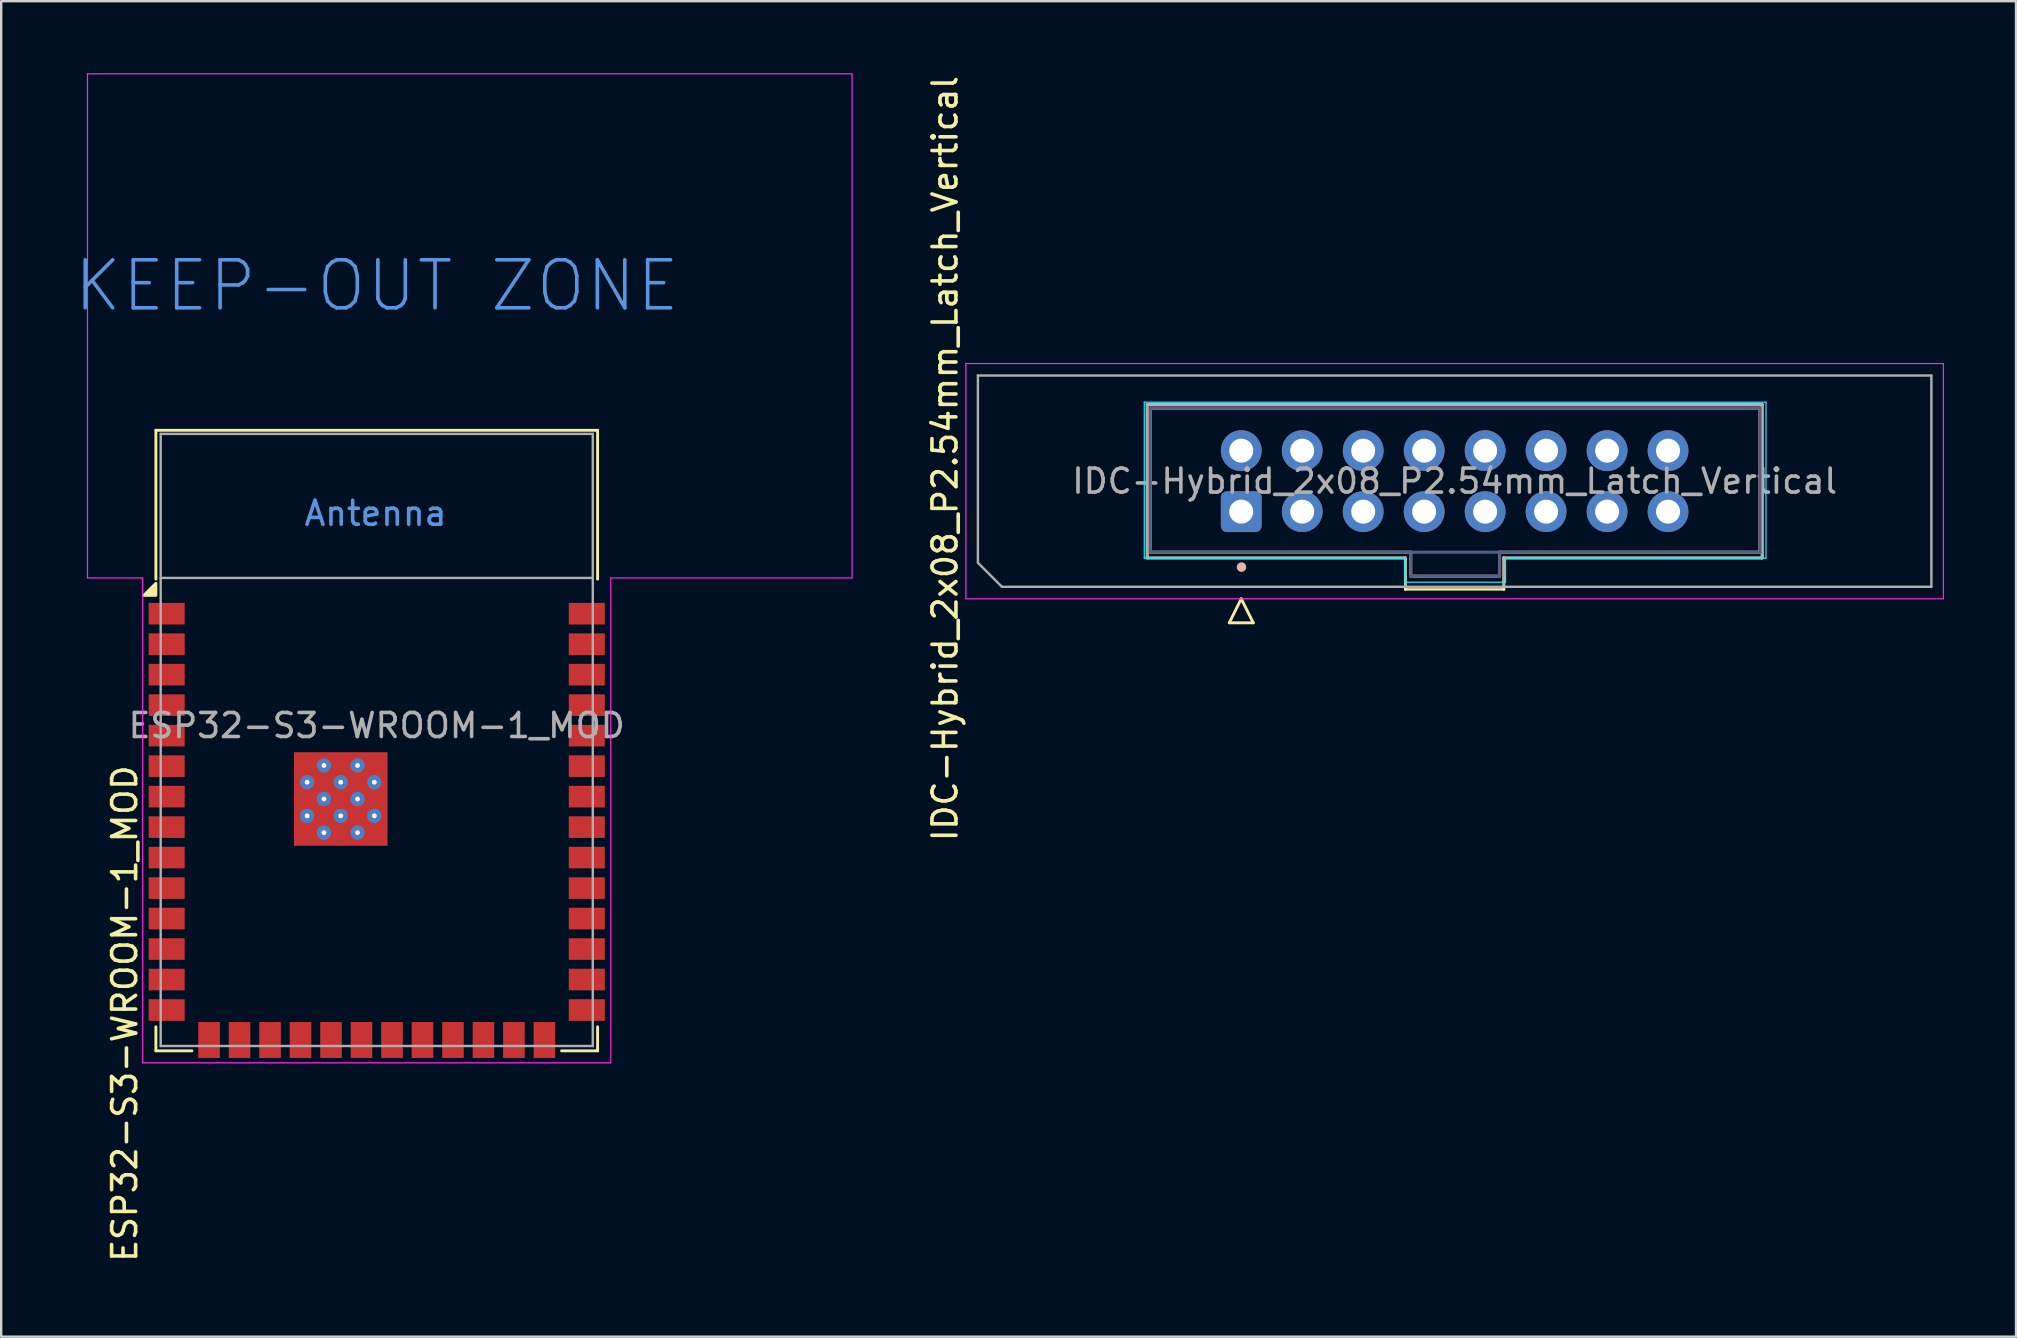
<source format=kicad_pcb>
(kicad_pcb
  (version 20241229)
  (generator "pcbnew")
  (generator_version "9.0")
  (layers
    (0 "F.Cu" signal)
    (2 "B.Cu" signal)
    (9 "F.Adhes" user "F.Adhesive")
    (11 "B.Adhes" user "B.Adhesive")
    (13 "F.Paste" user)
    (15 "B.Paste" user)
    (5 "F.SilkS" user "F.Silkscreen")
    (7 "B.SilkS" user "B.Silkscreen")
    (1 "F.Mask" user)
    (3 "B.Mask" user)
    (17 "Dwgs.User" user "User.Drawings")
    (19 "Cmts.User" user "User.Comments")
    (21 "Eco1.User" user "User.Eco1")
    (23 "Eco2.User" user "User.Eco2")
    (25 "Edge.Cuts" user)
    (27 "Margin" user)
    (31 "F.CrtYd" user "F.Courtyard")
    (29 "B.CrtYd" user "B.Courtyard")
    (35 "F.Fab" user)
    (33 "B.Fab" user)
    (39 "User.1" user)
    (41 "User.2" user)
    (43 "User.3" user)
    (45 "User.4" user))
  (footprint "IDC-Hybrid_2x08_P2.54mm_Latch_Vertical"
    (layer "F.Cu")
    (at 48.637 18.174)
    (property "Reference" "IDC-Hybrid_2x08_P2.54mm_Latch_Vertical" (at -12.32 -2.12 90) (layer "F.SilkS") (effects (font (size 1 1) (thickness 0.15))))
    (attr through_hole)
    (fp_line (start -3.9 -4.38) (end 21.72 -4.38) (stroke (width 0.12) (type solid)) (layer "F.SilkS"))
    (fp_line (start -3.9 2.02) (end -3.9 -4.38) (stroke (width 0.12) (type solid)) (layer "F.SilkS"))
    (fp_line (start -0.48 4.72) (end 0.52 4.72) (stroke (width 0.12) (type solid)) (layer "F.SilkS"))
    (fp_line (start 0.02 3.72) (end -0.48 4.72) (stroke (width 0.12) (type solid)) (layer "F.SilkS"))
    (fp_line (start 0.52 4.72) (end 0.02 3.72) (stroke (width 0.12) (type solid)) (layer "F.SilkS"))
    (fp_line (start 6.86 2.02) (end -3.9 2.02) (stroke (width 0.12) (type solid)) (layer "F.SilkS"))
    (fp_line (start 6.86 3.33) (end 6.86 2.02) (stroke (width 0.12) (type solid)) (layer "F.SilkS"))
    (fp_line (start 6.86 3.33) (end 10.96 3.33) (stroke (width 0.1) (type default)) (layer "F.SilkS"))
    (fp_line (start 10.96 2.02) (end 10.96 2.02) (stroke (width 0.12) (type solid)) (layer "F.SilkS"))
    (fp_line (start 10.96 2.02) (end 10.96 3.33) (stroke (width 0.12) (type solid)) (layer "F.SilkS"))
    (fp_line (start 21.72 -4.38) (end 21.72 2.02) (stroke (width 0.12) (type solid)) (layer "F.SilkS"))
    (fp_line (start 21.72 2.02) (end 10.96 2.02) (stroke (width 0.12) (type solid)) (layer "F.SilkS"))
    (fp_line (start -3.77 -4.22) (end 21.63 -4.22) (stroke (width 0.127) (type solid)) (layer "B.SilkS"))
    (fp_line (start -3.77 1.78) (end -3.77 -4.22) (stroke (width 0.127) (type solid)) (layer "B.SilkS"))
    (fp_line (start 7.08 1.78) (end -3.77 1.78) (stroke (width 0.127) (type solid)) (layer "B.SilkS"))
    (fp_line (start 7.08 1.78) (end 7.08 2.78) (stroke (width 0.127) (type solid)) (layer "B.SilkS"))
    (fp_line (start 7.08 2.78) (end 10.78 2.78) (stroke (width 0.127) (type solid)) (layer "B.SilkS"))
    (fp_line (start 10.78 2.78) (end 10.78 1.78) (stroke (width 0.127) (type solid)) (layer "B.SilkS"))
    (fp_line (start 21.63 -4.22) (end 21.63 1.78) (stroke (width 0.127) (type solid)) (layer "B.SilkS"))
    (fp_line (start 21.63 1.78) (end 10.78 1.78) (stroke (width 0.127) (type solid)) (layer "B.SilkS"))
    (fp_circle (center 0.03 2.4) (end 0.13 2.4) (stroke (width 0.2) (type solid)) (fill no) (layer "B.SilkS"))
    (fp_line (start -4.02 -4.47) (end 21.88 -4.47) (stroke (width 0.05) (type solid)) (layer "B.CrtYd"))
    (fp_line (start -4.02 2.03) (end -4.02 -4.47) (stroke (width 0.05) (type solid)) (layer "B.CrtYd"))
    (fp_line (start 6.83 2.03) (end -4.02 2.03) (stroke (width 0.05) (type solid)) (layer "B.CrtYd"))
    (fp_line (start 6.83 3.03) (end 6.83 2.03) (stroke (width 0.05) (type solid)) (layer "B.CrtYd"))
    (fp_line (start 11.03 2.03) (end 11.03 3.03) (stroke (width 0.05) (type solid)) (layer "B.CrtYd"))
    (fp_line (start 11.03 3.03) (end 6.83 3.03) (stroke (width 0.05) (type solid)) (layer "B.CrtYd"))
    (fp_line (start 21.88 -4.47) (end 21.88 2.03) (stroke (width 0.05) (type solid)) (layer "B.CrtYd"))
    (fp_line (start 21.88 2.03) (end 11.03 2.03) (stroke (width 0.05) (type solid)) (layer "B.CrtYd"))
    (fp_line (start -11.45 -6.08) (end -11.45 3.72) (stroke (width 0.05) (type solid)) (layer "F.CrtYd"))
    (fp_line (start -11.45 3.72) (end 29.27 3.72) (stroke (width 0.05) (type solid)) (layer "F.CrtYd"))
    (fp_line (start 29.27 -6.08) (end -11.45 -6.08) (stroke (width 0.05) (type solid)) (layer "F.CrtYd"))
    (fp_line (start 29.27 3.72) (end 29.27 -6.08) (stroke (width 0.05) (type solid)) (layer "F.CrtYd"))
    (fp_line (start -3.77 -4.22) (end 21.63 -4.22) (stroke (width 0.127) (type solid)) (layer "B.Fab"))
    (fp_line (start -3.77 1.78) (end -3.77 -4.22) (stroke (width 0.127) (type solid)) (layer "B.Fab"))
    (fp_line (start 7.08 1.78) (end -3.77 1.78) (stroke (width 0.127) (type solid)) (layer "B.Fab"))
    (fp_line (start 7.08 1.78) (end 7.08 2.78) (stroke (width 0.127) (type solid)) (layer "B.Fab"))
    (fp_line (start 7.08 2.78) (end 10.78 2.78) (stroke (width 0.127) (type solid)) (layer "B.Fab"))
    (fp_line (start 10.78 1.78) (end 7.08 1.78) (stroke (width 0.127) (type solid)) (layer "B.Fab"))
    (fp_line (start 10.78 2.78) (end 10.78 1.78) (stroke (width 0.127) (type solid)) (layer "B.Fab"))
    (fp_line (start 21.63 -4.22) (end 21.63 1.78) (stroke (width 0.127) (type solid)) (layer "B.Fab"))
    (fp_line (start 21.63 1.78) (end 10.78 1.78) (stroke (width 0.127) (type solid)) (layer "B.Fab"))
    (fp_line (start -10.95 -5.58) (end 28.77 -5.58) (stroke (width 0.1) (type solid)) (layer "F.Fab"))
    (fp_line (start -10.95 2.22) (end -10.95 -5.58) (stroke (width 0.1) (type solid)) (layer "F.Fab"))
    (fp_line (start -9.95 3.22) (end -10.95 2.22) (stroke (width 0.1) (type solid)) (layer "F.Fab"))
    (fp_line (start -3.9 -4.38) (end 21.72 -4.38) (stroke (width 0.1) (type solid)) (layer "F.Fab"))
    (fp_line (start -3.9 2.02) (end -3.9 -4.38) (stroke (width 0.1) (type solid)) (layer "F.Fab"))
    (fp_line (start 6.86 2.02) (end -3.9 2.02) (stroke (width 0.1) (type solid)) (layer "F.Fab"))
    (fp_line (start 6.86 3.22) (end 6.86 2.02) (stroke (width 0.1) (type solid)) (layer "F.Fab"))
    (fp_line (start 10.96 2.02) (end 10.96 2.02) (stroke (width 0.1) (type solid)) (layer "F.Fab"))
    (fp_line (start 10.96 2.02) (end 10.96 3.22) (stroke (width 0.1) (type solid)) (layer "F.Fab"))
    (fp_line (start 21.72 -4.38) (end 21.72 2.02) (stroke (width 0.1) (type solid)) (layer "F.Fab"))
    (fp_line (start 21.72 2.02) (end 10.96 2.02) (stroke (width 0.1) (type solid)) (layer "F.Fab"))
    (fp_line (start 28.77 -5.58) (end 28.77 3.22) (stroke (width 0.1) (type solid)) (layer "F.Fab"))
    (fp_line (start 28.77 3.22) (end -9.95 3.22) (stroke (width 0.1) (type solid)) (layer "F.Fab"))
    (fp_text user "${REFERENCE}" (at 8.91 -1.18 180) (layer "F.Fab") (effects (font (size 1 1) (thickness 0.15))))
    (pad "1" thru_hole roundrect (at 0.02 0.09 90) (size 1.7 1.7) (drill 1) (layers "*.Cu" "*.Mask") (roundrect_rratio 0.147))
    (pad "2" thru_hole circle (at 0.02 -2.45 90) (size 1.7 1.7) (drill 1) (layers "*.Cu" "*.Mask"))
    (pad "3" thru_hole circle (at 2.56 0.09 90) (size 1.7 1.7) (drill 1) (layers "*.Cu" "*.Mask"))
    (pad "4" thru_hole circle (at 2.56 -2.45 90) (size 1.7 1.7) (drill 1) (layers "*.Cu" "*.Mask"))
    (pad "5" thru_hole circle (at 5.1 0.09 90) (size 1.7 1.7) (drill 1) (layers "*.Cu" "*.Mask"))
    (pad "6" thru_hole circle (at 5.1 -2.45 90) (size 1.7 1.7) (drill 1) (layers "*.Cu" "*.Mask"))
    (pad "7" thru_hole circle (at 7.64 0.09 90) (size 1.7 1.7) (drill 1) (layers "*.Cu" "*.Mask"))
    (pad "8" thru_hole circle (at 7.64 -2.45 90) (size 1.7 1.7) (drill 1) (layers "*.Cu" "*.Mask"))
    (pad "9" thru_hole circle (at 10.18 0.09 90) (size 1.7 1.7) (drill 1) (layers "*.Cu" "*.Mask"))
    (pad "10" thru_hole circle (at 10.18 -2.45 90) (size 1.7 1.7) (drill 1) (layers "*.Cu" "*.Mask"))
    (pad "11" thru_hole circle (at 12.72 0.09 90) (size 1.7 1.7) (drill 1) (layers "*.Cu" "*.Mask"))
    (pad "12" thru_hole circle (at 12.72 -2.45 90) (size 1.7 1.7) (drill 1) (layers "*.Cu" "*.Mask"))
    (pad "13" thru_hole circle (at 15.26 0.09 90) (size 1.7 1.7) (drill 1) (layers "*.Cu" "*.Mask"))
    (pad "14" thru_hole circle (at 15.26 -2.45 90) (size 1.7 1.7) (drill 1) (layers "*.Cu" "*.Mask"))
    (pad "15" thru_hole circle (at 17.8 0.09 90) (size 1.7 1.7) (drill 1) (layers "*.Cu" "*.Mask"))
    (pad "16" thru_hole circle (at 17.8 -2.45 90) (size 1.7 1.7) (drill 1) (layers "*.Cu" "*.Mask")))
  (footprint "ESP32-S3-WROOM-1_MOD"
    (layer "F.Cu")
    (at 12.644 27.775)
    (property "Reference" "ESP32-S3-WROOM-1_MOD" (at -10.5 11.4 90) (unlocked yes) (layer "F.SilkS") (effects (font (size 1 1) (thickness 0.15))))
    (attr smd)
    (fp_line (start -9.2 -12.9) (end -9.2 -6.7) (stroke (width 0.12) (type solid)) (layer "F.SilkS"))
    (fp_line (start -9.2 -12.9) (end 9.2 -12.9) (stroke (width 0.12) (type solid)) (layer "F.SilkS"))
    (fp_line (start -9.2 11.95) (end -9.2 12.95) (stroke (width 0.12) (type solid)) (layer "F.SilkS"))
    (fp_line (start -9.2 12.95) (end -7.7 12.95) (stroke (width 0.12) (type solid)) (layer "F.SilkS"))
    (fp_line (start 9.2 -12.9) (end 9.2 -6.7) (stroke (width 0.12) (type solid)) (layer "F.SilkS"))
    (fp_line (start 9.2 12.95) (end 7.7 12.95) (stroke (width 0.12) (type solid)) (layer "F.SilkS"))
    (fp_line (start 9.2 12.95) (end 9.2 11.95) (stroke (width 0.12) (type solid)) (layer "F.SilkS"))
    (fp_poly (pts (xy -9.2 -6.025) (xy -9.7 -6.025) (xy -9.2 -6.525) (xy -9.2 -6.025)) (stroke (width 0.12) (type solid)) (fill yes) (layer "F.SilkS"))
    (fp_line (start -12.05 -27.75) (end -12.05 -6.75) (stroke (width 0.05) (type solid)) (layer "F.CrtYd"))
    (fp_line (start -12.05 -6.75) (end -9.75 -6.75) (stroke (width 0.05) (type solid)) (layer "F.CrtYd"))
    (fp_line (start -9.75 13.45) (end -9.75 -6.75) (stroke (width 0.05) (type solid)) (layer "F.CrtYd"))
    (fp_line (start -9.75 13.45) (end 9.75 13.45) (stroke (width 0.05) (type solid)) (layer "F.CrtYd"))
    (fp_line (start 9.75 -6.75) (end 9.75 13.45) (stroke (width 0.05) (type solid)) (layer "F.CrtYd"))
    (fp_line (start 9.75 -6.75) (end 19.8 -6.75) (stroke (width 0.05) (type solid)) (layer "F.CrtYd"))
    (fp_line (start 19.8 -27.75) (end -12.05 -27.75) (stroke (width 0.05) (type solid)) (layer "F.CrtYd"))
    (fp_line (start 19.8 -6.75) (end 19.8 -27.75) (stroke (width 0.05) (type solid)) (layer "F.CrtYd"))
    (fp_line (start -9 -12.75) (end 9 -12.75) (stroke (width 0.1) (type solid)) (layer "F.Fab"))
    (fp_line (start -9 -6.75) (end 9 -6.75) (stroke (width 0.1) (type solid)) (layer "F.Fab"))
    (fp_line (start -9 12.75) (end -9 -12.75) (stroke (width 0.1) (type solid)) (layer "F.Fab"))
    (fp_line (start -9 12.75) (end 9 12.75) (stroke (width 0.1) (type solid)) (layer "F.Fab"))
    (fp_line (start 9 12.75) (end 9 -12.75) (stroke (width 0.1) (type solid)) (layer "F.Fab"))
    (fp_text user "KEEP-OUT ZONE" (at 0 -18.92 0) (layer "Cmts.User") (effects (font (size 2 2) (thickness 0.15))))
    (fp_text user "Antenna" (at -0.05 -9.44 0) (layer "Cmts.User") (effects (font (size 1 1) (thickness 0.15))))
    (fp_text user "${REFERENCE}" (at 0 -0.6 0) (unlocked yes) (layer "F.Fab") (effects (font (size 1 1) (thickness 0.15))))
    (pad "" smd rect (at -2.9 1.06) (size 0.9 0.9) (layers "F.Paste"))
    (pad "" smd rect (at -2.9 2.46 270) (size 0.9 0.9) (layers "F.Paste"))
    (pad "" smd rect (at -2.9 3.86) (size 0.9 0.9) (layers "F.Paste"))
    (pad "" smd rect (at -1.5 1.06 270) (size 0.9 0.9) (layers "F.Paste"))
    (pad "" smd rect (at -1.5 2.46 270) (size 0.9 0.9) (layers "F.Paste"))
    (pad "" smd rect (at -1.5 3.86 270) (size 0.9 0.9) (layers "F.Paste"))
    (pad "" smd rect (at -0.1 1.06 270) (size 0.9 0.9) (layers "F.Paste"))
    (pad "" smd rect (at -0.1 2.46 270) (size 0.9 0.9) (layers "F.Paste"))
    (pad "" smd rect (at -0.1 3.86 270) (size 0.9 0.9) (layers "F.Paste"))
    (pad "1" smd rect (at -8.75 -5.26) (size 1.5 0.9) (layers "F.Cu" "F.Mask" "F.Paste"))
    (pad "2" smd rect (at -8.75 -3.99) (size 1.5 0.9) (layers "F.Cu" "F.Mask" "F.Paste"))
    (pad "3" smd rect (at -8.75 -2.72) (size 1.5 0.9) (layers "F.Cu" "F.Mask" "F.Paste"))
    (pad "4" smd rect (at -8.75 -1.45) (size 1.5 0.9) (layers "F.Cu" "F.Mask" "F.Paste"))
    (pad "5" smd rect (at -8.75 -0.18) (size 1.5 0.9) (layers "F.Cu" "F.Mask" "F.Paste"))
    (pad "6" smd rect (at -8.75 1.09) (size 1.5 0.9) (layers "F.Cu" "F.Mask" "F.Paste"))
    (pad "7" smd rect (at -8.75 2.36) (size 1.5 0.9) (layers "F.Cu" "F.Mask" "F.Paste"))
    (pad "8" smd rect (at -8.75 3.63) (size 1.5 0.9) (layers "F.Cu" "F.Mask" "F.Paste"))
    (pad "9" smd rect (at -8.75 4.9) (size 1.5 0.9) (layers "F.Cu" "F.Mask" "F.Paste"))
    (pad "10" smd rect (at -8.75 6.17) (size 1.5 0.9) (layers "F.Cu" "F.Mask" "F.Paste"))
    (pad "11" smd rect (at -8.75 7.44) (size 1.5 0.9) (layers "F.Cu" "F.Mask" "F.Paste"))
    (pad "12" smd rect (at -8.75 8.71) (size 1.5 0.9) (layers "F.Cu" "F.Mask" "F.Paste"))
    (pad "13" smd rect (at -8.75 9.98) (size 1.5 0.9) (layers "F.Cu" "F.Mask" "F.Paste"))
    (pad "14" smd rect (at -8.75 11.25 180) (size 1.5 0.9) (layers "F.Cu" "F.Mask" "F.Paste"))
    (pad "15" smd rect (at -6.985 12.5 270) (size 1.5 0.9) (layers "F.Cu" "F.Mask" "F.Paste"))
    (pad "16" smd rect (at -5.715 12.5 270) (size 1.5 0.9) (layers "F.Cu" "F.Mask" "F.Paste"))
    (pad "17" smd rect (at -4.445 12.5 270) (size 1.5 0.9) (layers "F.Cu" "F.Mask" "F.Paste"))
    (pad "18" smd rect (at -3.175 12.5 270) (size 1.5 0.9) (layers "F.Cu" "F.Mask" "F.Paste"))
    (pad "19" smd rect (at -1.905 12.5 270) (size 1.5 0.9) (layers "F.Cu" "F.Mask" "F.Paste"))
    (pad "20" smd rect (at -0.635 12.5 270) (size 1.5 0.9) (layers "F.Cu" "F.Mask" "F.Paste"))
    (pad "21" smd rect (at 0.635 12.5 270) (size 1.5 0.9) (layers "F.Cu" "F.Mask" "F.Paste"))
    (pad "22" smd rect (at 1.905 12.5 270) (size 1.5 0.9) (layers "F.Cu" "F.Mask" "F.Paste"))
    (pad "23" smd rect (at 3.175 12.5 270) (size 1.5 0.9) (layers "F.Cu" "F.Mask" "F.Paste"))
    (pad "24" smd rect (at 4.445 12.5 270) (size 1.5 0.9) (layers "F.Cu" "F.Mask" "F.Paste"))
    (pad "25" smd rect (at 5.715 12.5 270) (size 1.5 0.9) (layers "F.Cu" "F.Mask" "F.Paste"))
    (pad "26" smd rect (at 6.985 12.5 270) (size 1.5 0.9) (layers "F.Cu" "F.Mask" "F.Paste"))
    (pad "27" smd rect (at 8.75 11.25) (size 1.5 0.9) (layers "F.Cu" "F.Mask" "F.Paste"))
    (pad "28" smd rect (at 8.75 9.98) (size 1.5 0.9) (layers "F.Cu" "F.Mask" "F.Paste"))
    (pad "29" smd rect (at 8.75 8.71) (size 1.5 0.9) (layers "F.Cu" "F.Mask" "F.Paste"))
    (pad "30" smd rect (at 8.75 7.44) (size 1.5 0.9) (layers "F.Cu" "F.Mask" "F.Paste"))
    (pad "31" smd rect (at 8.75 6.17) (size 1.5 0.9) (layers "F.Cu" "F.Mask" "F.Paste"))
    (pad "32" smd rect (at 8.75 4.9) (size 1.5 0.9) (layers "F.Cu" "F.Mask" "F.Paste"))
    (pad "33" smd rect (at 8.75 3.63) (size 1.5 0.9) (layers "F.Cu" "F.Mask" "F.Paste"))
    (pad "34" smd rect (at 8.75 2.36) (size 1.5 0.9) (layers "F.Cu" "F.Mask" "F.Paste"))
    (pad "35" smd rect (at 8.75 1.09) (size 1.5 0.9) (layers "F.Cu" "F.Mask" "F.Paste"))
    (pad "36" smd rect (at 8.75 -0.18) (size 1.5 0.9) (layers "F.Cu" "F.Mask" "F.Paste"))
    (pad "37" smd rect (at 8.75 -1.45) (size 1.5 0.9) (layers "F.Cu" "F.Mask" "F.Paste"))
    (pad "38" smd rect (at 8.75 -2.72) (size 1.5 0.9) (layers "F.Cu" "F.Mask" "F.Paste"))
    (pad "39" smd rect (at 8.75 -3.99) (size 1.5 0.9) (layers "F.Cu" "F.Mask" "F.Paste"))
    (pad "40" smd rect (at 8.75 -5.26) (size 1.5 0.9) (layers "F.Cu" "F.Mask" "F.Paste"))
    (pad "41" thru_hole circle (at -2.9 1.76 90) (size 0.6 0.6) (drill 0.2) (property pad_prop_heatsink) (layers "*.Cu" "F.Mask"))
    (pad "41" thru_hole circle (at -2.9 3.16) (size 0.6 0.6) (drill 0.2) (property pad_prop_heatsink) (layers "*.Cu" "F.Mask"))
    (pad "41" thru_hole circle (at -2.2 1.06) (size 0.6 0.6) (drill 0.2) (property pad_prop_heatsink) (layers "*.Cu" "F.Mask"))
    (pad "41" thru_hole circle (at -2.2 2.46) (size 0.6 0.6) (drill 0.2) (property pad_prop_heatsink) (layers "*.Cu" "F.Mask"))
    (pad "41" thru_hole circle (at -2.2 3.86) (size 0.6 0.6) (drill 0.2) (property pad_prop_heatsink) (layers "*.Cu" "F.Mask"))
    (pad "41" thru_hole circle (at -1.5 1.76) (size 0.6 0.6) (drill 0.2) (property pad_prop_heatsink) (layers "*.Cu" "F.Mask"))
    (pad "41" smd rect (at -1.5 2.46 270) (size 3.9 3.9) (layers "F.Cu" "F.Mask"))
    (pad "41" thru_hole circle (at -1.5 3.16) (size 0.6 0.6) (drill 0.2) (property pad_prop_heatsink) (layers "*.Cu" "F.Mask"))
    (pad "41" thru_hole circle (at -0.8 1.06) (size 0.6 0.6) (drill 0.2) (property pad_prop_heatsink) (layers "*.Cu" "F.Mask"))
    (pad "41" thru_hole circle (at -0.8 2.46) (size 0.6 0.6) (drill 0.2) (property pad_prop_heatsink) (layers "*.Cu" "F.Mask"))
    (pad "41" thru_hole circle (at -0.8 3.86) (size 0.6 0.6) (drill 0.2) (property pad_prop_heatsink) (layers "*.Cu" "F.Mask"))
    (pad "41" thru_hole circle (at -0.1 1.76) (size 0.6 0.6) (drill 0.2) (property pad_prop_heatsink) (layers "*.Cu" "F.Mask"))
    (pad "41" thru_hole circle (at -0.1 3.16) (size 0.6 0.6) (drill 0.2) (property pad_prop_heatsink) (layers "*.Cu" "F.Mask"))
    (zone (net_name "") (layers "F.Cu" "B.Cu") (hatch full 0.508) (connect_pads) (min_thickness 0.254) (filled_areas_thickness no) (keepout (tracks not_allowed) (vias not_allowed) (pads not_allowed) (copperpour not_allowed) (footprints not_allowed)) (placement (enabled no)) (fill) (polygon (pts (xy 0.644 21.025) (xy 32.444 21.025) (xy 32.444 0.025) (xy 0.594 0.025)))))
  (gr_rect
    (start -3 -3)
    (end 80.932 52.633)
    (stroke (width 0.1) (type default))
    (fill no)
    (layer "Edge.Cuts")))
</source>
